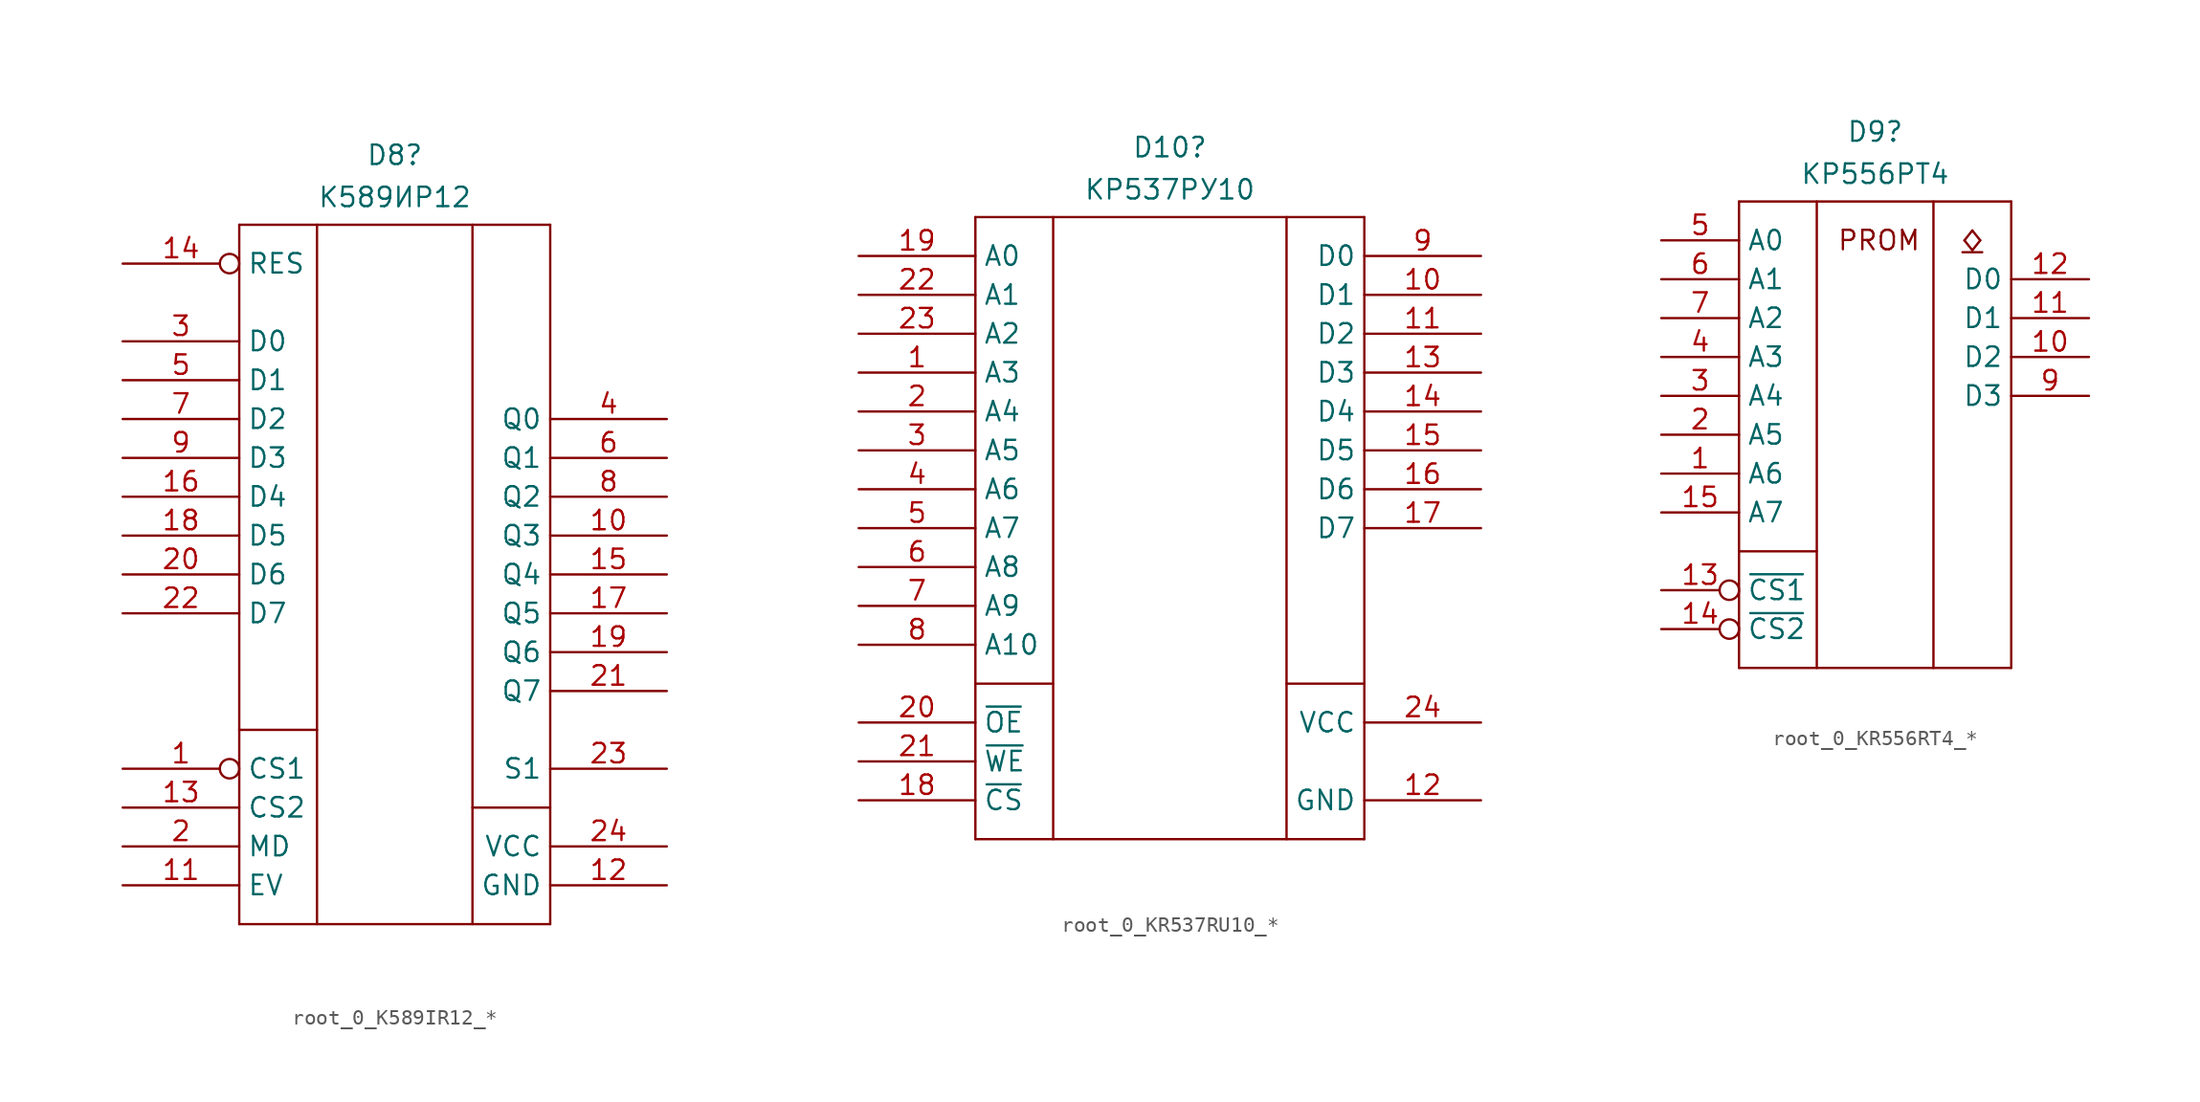
<source format=kicad_sym>
(kicad_symbol_lib
  (version 20241209)
  (generator "kicad_symbol_editor")
  (generator_version "9.0")
  (symbol "root_0_K589IR12_*"
    (property "Reference" "D8"
      (at 17.78 36.83 0)
      (effects (font (size 1.27 1.27)) (justify bottom)))
    (property "Value" "К589ИР12"
      (at 17.78 35.56 0)
      (effects (font (size 1.27 1.27)) (justify top)))
    (symbol "root_0_K589IR12_*_0_0"
      (pin output line (at 35.56 -2.54 180) (length 7.62) (name "S1" (effects (font (size 1.27 1.27)))) (number "23" (effects (font (size 1.27 1.27))))))
    (symbol "root_0_K589IR12_*_1_0"
      (polyline (pts (xy 7.62 33.02) (xy 27.94 33.02)) (stroke (width 0) (type solid)) (fill (type none)))
      (polyline (pts (xy 7.62 -12.7) (xy 7.62 33.02)) (stroke (width 0) (type solid)) (fill (type none)))
      (polyline (pts (xy 12.7 0) (xy 7.62 0)) (stroke (width 0) (type solid)) (fill (type none)))
      (polyline (pts (xy 12.7 -12.7) (xy 12.7 33.02)) (stroke (width 0) (type solid)) (fill (type none)))
      (polyline (pts (xy 22.86 -12.7) (xy 22.86 33.02)) (stroke (width 0) (type solid)) (fill (type none)))
      (polyline (pts (xy 27.94 33.02) (xy 27.94 -12.7)) (stroke (width 0) (type solid)) (fill (type none)))
      (polyline (pts (xy 27.94 -5.08) (xy 22.86 -5.08)) (stroke (width 0) (type solid)) (fill (type none)))
      (polyline (pts (xy 27.94 -12.7) (xy 7.62 -12.7)) (stroke (width 0) (type solid)) (fill (type none)))
      (pin input inverted (at 0 30.48 0) (length 7.62) (name "RES" (effects (font (size 1.27 1.27)))) (number "14" (effects (font (size 1.27 1.27)))))
      (pin input line (at 0 25.4 0) (length 7.62) (name "D0" (effects (font (size 1.27 1.27)))) (number "3" (effects (font (size 1.27 1.27)))))
      (pin input line (at 0 22.86 0) (length 7.62) (name "D1" (effects (font (size 1.27 1.27)))) (number "5" (effects (font (size 1.27 1.27)))))
      (pin input line (at 0 20.32 0) (length 7.62) (name "D2" (effects (font (size 1.27 1.27)))) (number "7" (effects (font (size 1.27 1.27)))))
      (pin input line (at 0 17.78 0) (length 7.62) (name "D3" (effects (font (size 1.27 1.27)))) (number "9" (effects (font (size 1.27 1.27)))))
      (pin input line (at 0 15.24 0) (length 7.62) (name "D4" (effects (font (size 1.27 1.27)))) (number "16" (effects (font (size 1.27 1.27)))))
      (pin input line (at 0 12.7 0) (length 7.62) (name "D5" (effects (font (size 1.27 1.27)))) (number "18" (effects (font (size 1.27 1.27)))))
      (pin input line (at 0 10.16 0) (length 7.62) (name "D6" (effects (font (size 1.27 1.27)))) (number "20" (effects (font (size 1.27 1.27)))))
      (pin input line (at 0 7.62 0) (length 7.62) (name "D7" (effects (font (size 1.27 1.27)))) (number "22" (effects (font (size 1.27 1.27)))))
      (pin input inverted (at 0 -2.54 0) (length 7.62) (name "CS1" (effects (font (size 1.27 1.27)))) (number "1" (effects (font (size 1.27 1.27)))))
      (pin input line (at 0 -5.08 0) (length 7.62) (name "CS2" (effects (font (size 1.27 1.27)))) (number "13" (effects (font (size 1.27 1.27)))))
      (pin input line (at 0 -7.62 0) (length 7.62) (name "MD" (effects (font (size 1.27 1.27)))) (number "2" (effects (font (size 1.27 1.27)))))
      (pin input line (at 0 -10.16 0) (length 7.62) (name "EV" (effects (font (size 1.27 1.27)))) (number "11" (effects (font (size 1.27 1.27)))))
      (pin output line (at 35.56 20.32 180) (length 7.62) (name "Q0" (effects (font (size 1.27 1.27)))) (number "4" (effects (font (size 1.27 1.27)))))
      (pin output line (at 35.56 17.78 180) (length 7.62) (name "Q1" (effects (font (size 1.27 1.27)))) (number "6" (effects (font (size 1.27 1.27)))))
      (pin output line (at 35.56 15.24 180) (length 7.62) (name "Q2" (effects (font (size 1.27 1.27)))) (number "8" (effects (font (size 1.27 1.27)))))
      (pin output line (at 35.56 12.7 180) (length 7.62) (name "Q3" (effects (font (size 1.27 1.27)))) (number "10" (effects (font (size 1.27 1.27)))))
      (pin output line (at 35.56 10.16 180) (length 7.62) (name "Q4" (effects (font (size 1.27 1.27)))) (number "15" (effects (font (size 1.27 1.27)))))
      (pin output line (at 35.56 7.62 180) (length 7.62) (name "Q5" (effects (font (size 1.27 1.27)))) (number "17" (effects (font (size 1.27 1.27)))))
      (pin output line (at 35.56 5.08 180) (length 7.62) (name "Q6" (effects (font (size 1.27 1.27)))) (number "19" (effects (font (size 1.27 1.27)))))
      (pin output line (at 35.56 2.54 180) (length 7.62) (name "Q7" (effects (font (size 1.27 1.27)))) (number "21" (effects (font (size 1.27 1.27)))))
      (pin power_in line (at 35.56 -7.62 180) (length 7.62) (name "VCC" (effects (font (size 1.27 1.27)))) (number "24" (effects (font (size 1.27 1.27)))))
      (pin power_in line (at 35.56 -10.16 180) (length 7.62) (name "GND" (effects (font (size 1.27 1.27)))) (number "12" (effects (font (size 1.27 1.27)))))))
  (symbol "root_0_KR537RU10_*"
    (property "Reference" "D10"
      (at 20.32 13.97 0)
      (effects (font (size 1.27 1.27)) (justify bottom)))
    (property "Value" "КР537РУ10"
      (at 20.32 12.7 0)
      (effects (font (size 1.27 1.27)) (justify top)))
    (symbol "root_0_KR537RU10_*_1_0"
      (polyline (pts (xy 7.62 10.16) (xy 33.02 10.16)) (stroke (width 0) (type solid)) (fill (type none)))
      (polyline (pts (xy 7.62 -20.32) (xy 12.7 -20.32)) (stroke (width 0) (type solid)) (fill (type none)))
      (polyline (pts (xy 7.62 -30.48) (xy 7.62 10.16)) (stroke (width 0) (type solid)) (fill (type none)))
      (polyline (pts (xy 12.7 -30.48) (xy 12.7 10.16)) (stroke (width 0) (type solid)) (fill (type none)))
      (polyline (pts (xy 27.94 10.16) (xy 27.94 -30.48)) (stroke (width 0) (type solid)) (fill (type none)))
      (polyline (pts (xy 27.94 -20.32) (xy 33.02 -20.32)) (stroke (width 0) (type solid)) (fill (type none)))
      (polyline (pts (xy 33.02 10.16) (xy 33.02 -30.48)) (stroke (width 0) (type solid)) (fill (type none)))
      (polyline (pts (xy 33.02 -30.48) (xy 7.62 -30.48)) (stroke (width 0) (type solid)) (fill (type none)))
      (pin passive line (at 0 7.62 0) (length 7.62) (name "A0" (effects (font (size 1.27 1.27)))) (number "19" (effects (font (size 1.27 1.27)))))
      (pin passive line (at 0 5.08 0) (length 7.62) (name "A1" (effects (font (size 1.27 1.27)))) (number "22" (effects (font (size 1.27 1.27)))))
      (pin passive line (at 0 2.54 0) (length 7.62) (name "A2" (effects (font (size 1.27 1.27)))) (number "23" (effects (font (size 1.27 1.27)))))
      (pin passive line (at 0 0 0) (length 7.62) (name "A3" (effects (font (size 1.27 1.27)))) (number "1" (effects (font (size 1.27 1.27)))))
      (pin passive line (at 0 -2.54 0) (length 7.62) (name "A4" (effects (font (size 1.27 1.27)))) (number "2" (effects (font (size 1.27 1.27)))))
      (pin passive line (at 0 -5.08 0) (length 7.62) (name "A5" (effects (font (size 1.27 1.27)))) (number "3" (effects (font (size 1.27 1.27)))))
      (pin passive line (at 0 -7.62 0) (length 7.62) (name "A6" (effects (font (size 1.27 1.27)))) (number "4" (effects (font (size 1.27 1.27)))))
      (pin passive line (at 0 -10.16 0) (length 7.62) (name "A7" (effects (font (size 1.27 1.27)))) (number "5" (effects (font (size 1.27 1.27)))))
      (pin passive line (at 0 -12.7 0) (length 7.62) (name "A8" (effects (font (size 1.27 1.27)))) (number "6" (effects (font (size 1.27 1.27)))))
      (pin passive line (at 0 -15.24 0) (length 7.62) (name "A9" (effects (font (size 1.27 1.27)))) (number "7" (effects (font (size 1.27 1.27)))))
      (pin passive line (at 0 -17.78 0) (length 7.62) (name "A10" (effects (font (size 1.27 1.27)))) (number "8" (effects (font (size 1.27 1.27)))))
      (pin passive line (at 0 -22.86 0) (length 7.62) (name "~{OE}" (effects (font (size 1.27 1.27)))) (number "20" (effects (font (size 1.27 1.27)))))
      (pin passive line (at 0 -25.4 0) (length 7.62) (name "~{WE}" (effects (font (size 1.27 1.27)))) (number "21" (effects (font (size 1.27 1.27)))))
      (pin passive line (at 0 -27.94 0) (length 7.62) (name "~{CS}" (effects (font (size 1.27 1.27)))) (number "18" (effects (font (size 1.27 1.27)))))
      (pin passive line (at 40.64 7.62 180) (length 7.62) (name "D0" (effects (font (size 1.27 1.27)))) (number "9" (effects (font (size 1.27 1.27)))))
      (pin passive line (at 40.64 5.08 180) (length 7.62) (name "D1" (effects (font (size 1.27 1.27)))) (number "10" (effects (font (size 1.27 1.27)))))
      (pin passive line (at 40.64 2.54 180) (length 7.62) (name "D2" (effects (font (size 1.27 1.27)))) (number "11" (effects (font (size 1.27 1.27)))))
      (pin passive line (at 40.64 0 180) (length 7.62) (name "D3" (effects (font (size 1.27 1.27)))) (number "13" (effects (font (size 1.27 1.27)))))
      (pin passive line (at 40.64 -2.54 180) (length 7.62) (name "D4" (effects (font (size 1.27 1.27)))) (number "14" (effects (font (size 1.27 1.27)))))
      (pin passive line (at 40.64 -5.08 180) (length 7.62) (name "D5" (effects (font (size 1.27 1.27)))) (number "15" (effects (font (size 1.27 1.27)))))
      (pin passive line (at 40.64 -7.62 180) (length 7.62) (name "D6" (effects (font (size 1.27 1.27)))) (number "16" (effects (font (size 1.27 1.27)))))
      (pin passive line (at 40.64 -10.16 180) (length 7.62) (name "D7" (effects (font (size 1.27 1.27)))) (number "17" (effects (font (size 1.27 1.27)))))
      (pin passive line (at 40.64 -22.86 180) (length 7.62) (name "VCC" (effects (font (size 1.27 1.27)))) (number "24" (effects (font (size 1.27 1.27)))))
      (pin passive line (at 40.64 -27.94 180) (length 7.62) (name "GND" (effects (font (size 1.27 1.27)))) (number "12" (effects (font (size 1.27 1.27)))))))
  (symbol "root_0_KR556RT4_*"
    (property "Reference" "D9"
      (at 8.89 3.81 0)
      (effects (font (size 1.27 1.27)) (justify bottom)))
    (property "Value" "КР556РТ4"
      (at 8.89 2.54 0)
      (effects (font (size 1.27 1.27)) (justify top)))
    (symbol "root_0_KR556RT4_*_0_0"
      (pin power_in line (at 10.16 -7.62 90) (length 7.62) (hide yes) (name "GND" (effects (font (size 1.27 1.27)))) (number "8" (effects (font (size 1.27 1.27)))))
      (pin power_in line (at 12.7 -7.62 90) (length 7.62) (hide yes) (name "+5V" (effects (font (size 1.27 1.27)))) (number "16" (effects (font (size 1.27 1.27))))))
    (symbol "root_0_KR556RT4_*_1_0"
      (polyline (pts (xy 0 0) (xy 0 -30.48)) (stroke (width 0) (type solid)) (fill (type none)))
      (polyline (pts (xy 0 -22.86) (xy 5.08 -22.86)) (stroke (width 0) (type solid)) (fill (type none)))
      (polyline (pts (xy 0 -30.48) (xy 17.78 -30.48)) (stroke (width 0) (type solid)) (fill (type none)))
      (polyline (pts (xy 5.08 0) (xy 5.08 -30.48)) (stroke (width 0) (type solid)) (fill (type none)))
      (polyline (pts (xy 12.7 -30.48) (xy 12.7 0)) (stroke (width 0) (type solid)) (fill (type none)))
      (polyline (pts (xy 14.594 -3.314) (xy 15.885 -3.314)) (stroke (width 0) (type solid)) (fill (type none)))
      (polyline (pts (xy 14.724 -2.54) (xy 15.24 -3.185)) (stroke (width 0) (type solid)) (fill (type none)))
      (polyline (pts (xy 15.24 -1.894) (xy 14.724 -2.54)) (stroke (width 0) (type solid)) (fill (type none)))
      (polyline (pts (xy 15.24 -3.185) (xy 15.756 -2.54)) (stroke (width 0) (type solid)) (fill (type none)))
      (polyline (pts (xy 15.756 -2.54) (xy 15.24 -1.894)) (stroke (width 0) (type solid)) (fill (type none)))
      (polyline (pts (xy 17.78 0) (xy 0 0)) (stroke (width 0) (type solid)) (fill (type none)))
      (polyline (pts (xy 17.78 -30.48) (xy 17.78 0)) (stroke (width 0) (type solid)) (fill (type none)))
      (text "PROM" (at 9.144 -2.54 0) (effects (font (size 1.27 1.27))))
      (pin input line (at -5.08 -2.54 0) (length 5.08) (name "A0" (effects (font (size 1.27 1.27)))) (number "5" (effects (font (size 1.27 1.27)))))
      (pin input line (at -5.08 -5.08 0) (length 5.08) (name "A1" (effects (font (size 1.27 1.27)))) (number "6" (effects (font (size 1.27 1.27)))))
      (pin input line (at -5.08 -7.62 0) (length 5.08) (name "A2" (effects (font (size 1.27 1.27)))) (number "7" (effects (font (size 1.27 1.27)))))
      (pin input line (at -5.08 -10.16 0) (length 5.08) (name "A3" (effects (font (size 1.27 1.27)))) (number "4" (effects (font (size 1.27 1.27)))))
      (pin input line (at -5.08 -12.7 0) (length 5.08) (name "A4" (effects (font (size 1.27 1.27)))) (number "3" (effects (font (size 1.27 1.27)))))
      (pin input line (at -5.08 -15.24 0) (length 5.08) (name "A5" (effects (font (size 1.27 1.27)))) (number "2" (effects (font (size 1.27 1.27)))))
      (pin input line (at -5.08 -17.78 0) (length 5.08) (name "A6" (effects (font (size 1.27 1.27)))) (number "1" (effects (font (size 1.27 1.27)))))
      (pin input line (at -5.08 -20.32 0) (length 5.08) (name "A7" (effects (font (size 1.27 1.27)))) (number "15" (effects (font (size 1.27 1.27)))))
      (pin input inverted (at -5.08 -25.4 0) (length 5.08) (name "~{CS1}" (effects (font (size 1.27 1.27)))) (number "13" (effects (font (size 1.27 1.27)))))
      (pin input inverted (at -5.08 -27.94 0) (length 5.08) (name "~{CS2}" (effects (font (size 1.27 1.27)))) (number "14" (effects (font (size 1.27 1.27)))))
      (pin open_collector line (at 22.86 -5.08 180) (length 5.08) (name "D0" (effects (font (size 1.27 1.27)))) (number "12" (effects (font (size 1.27 1.27)))))
      (pin open_collector line (at 22.86 -7.62 180) (length 5.08) (name "D1" (effects (font (size 1.27 1.27)))) (number "11" (effects (font (size 1.27 1.27)))))
      (pin open_collector line (at 22.86 -10.16 180) (length 5.08) (name "D2" (effects (font (size 1.27 1.27)))) (number "10" (effects (font (size 1.27 1.27)))))
      (pin open_collector line (at 22.86 -12.7 180) (length 5.08) (name "D3" (effects (font (size 1.27 1.27)))) (number "9" (effects (font (size 1.27 1.27))))))))
</source>
